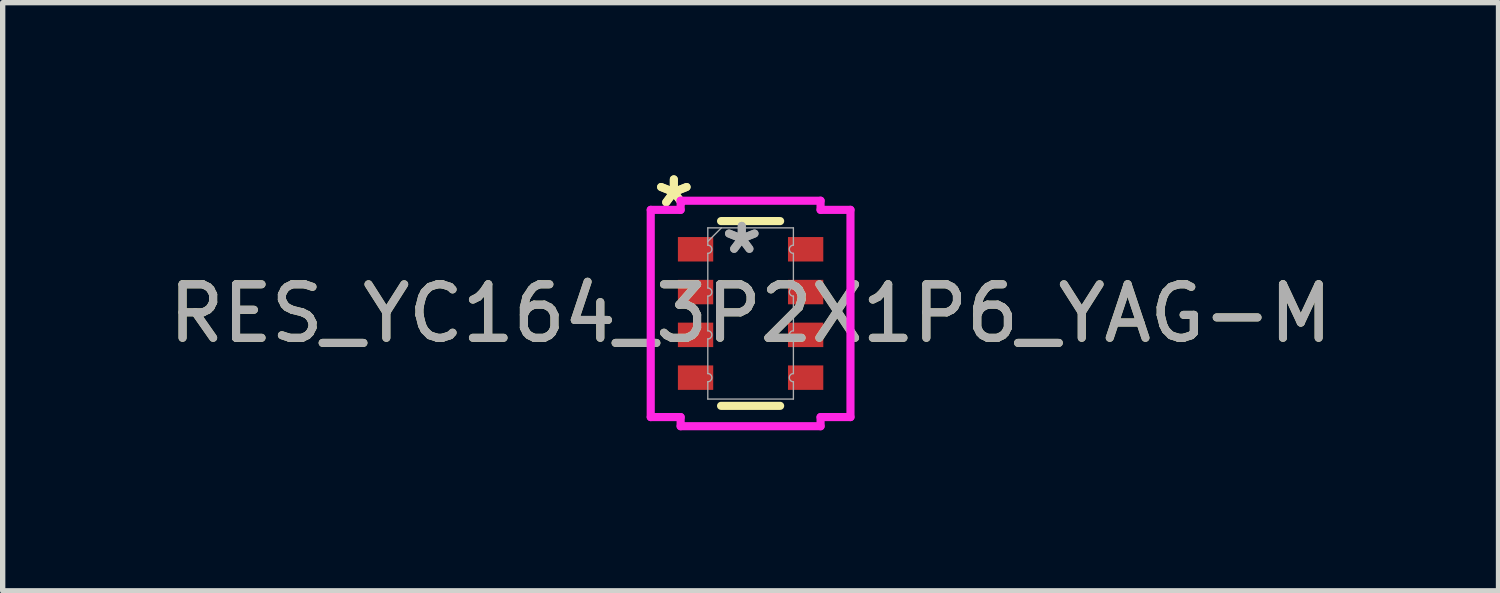
<source format=kicad_pcb>
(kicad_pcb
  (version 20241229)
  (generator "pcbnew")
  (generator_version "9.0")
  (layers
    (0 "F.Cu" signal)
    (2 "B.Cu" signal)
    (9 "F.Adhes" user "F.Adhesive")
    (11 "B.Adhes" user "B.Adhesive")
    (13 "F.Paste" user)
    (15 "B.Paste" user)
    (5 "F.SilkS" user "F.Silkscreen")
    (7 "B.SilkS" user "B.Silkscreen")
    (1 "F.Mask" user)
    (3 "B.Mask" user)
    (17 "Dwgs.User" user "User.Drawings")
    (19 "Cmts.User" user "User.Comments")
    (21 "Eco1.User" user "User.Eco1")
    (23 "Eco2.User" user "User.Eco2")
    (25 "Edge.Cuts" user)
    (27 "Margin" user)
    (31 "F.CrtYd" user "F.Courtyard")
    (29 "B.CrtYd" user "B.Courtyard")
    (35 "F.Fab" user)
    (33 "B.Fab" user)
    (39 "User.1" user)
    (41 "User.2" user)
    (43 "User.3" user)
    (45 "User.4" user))
  (footprint "RES_YC164_3P2X1P6_YAG-M"
    (layer "F.Cu")
    (at 10.982 2.81)
    (property "Reference" "RES_YC164_3P2X1P6_YAG-M" (at 0 0 0) (unlocked yes) (layer "F.SilkS") (effects (font (size 1 1) (thickness 0.15))))
    (attr smd)
    (fp_line (start -0.552 -1.727) (end 0.552 -1.727) (stroke (width 0.152) (type solid)) (layer "F.SilkS"))
    (fp_line (start -0.552 1.727) (end 0.552 1.727) (stroke (width 0.152) (type solid)) (layer "F.SilkS"))
    (fp_line (start -1.867 -1.937) (end -1.308 -1.937) (stroke (width 0.152) (type solid)) (layer "F.CrtYd"))
    (fp_line (start -1.867 1.937) (end -1.867 -1.937) (stroke (width 0.152) (type solid)) (layer "F.CrtYd"))
    (fp_line (start -1.867 1.937) (end -1.308 1.937) (stroke (width 0.152) (type solid)) (layer "F.CrtYd"))
    (fp_line (start -1.308 -2.108) (end 1.308 -2.108) (stroke (width 0.152) (type solid)) (layer "F.CrtYd"))
    (fp_line (start -1.308 -1.937) (end -1.308 -2.108) (stroke (width 0.152) (type solid)) (layer "F.CrtYd"))
    (fp_line (start -1.308 2.108) (end -1.308 1.937) (stroke (width 0.152) (type solid)) (layer "F.CrtYd"))
    (fp_line (start 1.308 -2.108) (end 1.308 -1.937) (stroke (width 0.152) (type solid)) (layer "F.CrtYd"))
    (fp_line (start 1.308 1.937) (end 1.308 2.108) (stroke (width 0.152) (type solid)) (layer "F.CrtYd"))
    (fp_line (start 1.308 2.108) (end -1.308 2.108) (stroke (width 0.152) (type solid)) (layer "F.CrtYd"))
    (fp_line (start 1.867 -1.937) (end 1.308 -1.937) (stroke (width 0.152) (type solid)) (layer "F.CrtYd"))
    (fp_line (start 1.867 -1.937) (end 1.867 1.937) (stroke (width 0.152) (type solid)) (layer "F.CrtYd"))
    (fp_line (start 1.867 1.937) (end 1.308 1.937) (stroke (width 0.152) (type solid)) (layer "F.CrtYd"))
    (fp_line (start -0.8 -1.6) (end 0.8 -1.6) (stroke (width 0.025) (type solid)) (layer "F.Fab"))
    (fp_line (start -0.8 -1.276) (end -0.8 -1.6) (stroke (width 0.025) (type solid)) (layer "F.Fab"))
    (fp_line (start -0.8 -1.124) (end -0.8 -0.476) (stroke (width 0.025) (type solid)) (layer "F.Fab"))
    (fp_line (start -0.8 -0.324) (end -0.8 0.324) (stroke (width 0.025) (type solid)) (layer "F.Fab"))
    (fp_line (start -0.8 0.476) (end -0.8 1.124) (stroke (width 0.025) (type solid)) (layer "F.Fab"))
    (fp_line (start -0.8 1.276) (end -0.8 1.6) (stroke (width 0.025) (type solid)) (layer "F.Fab"))
    (fp_line (start -0.8 1.6) (end 0.8 1.6) (stroke (width 0.025) (type solid)) (layer "F.Fab"))
    (fp_line (start -0.546 -1.6) (end -0.8 -1.346) (stroke (width 0.025) (type solid)) (layer "F.Fab"))
    (fp_line (start 0.8 -1.276) (end 0.8 -1.6) (stroke (width 0.025) (type solid)) (layer "F.Fab"))
    (fp_line (start 0.8 -1.124) (end 0.8 -0.476) (stroke (width 0.025) (type solid)) (layer "F.Fab"))
    (fp_line (start 0.8 -0.324) (end 0.8 0.324) (stroke (width 0.025) (type solid)) (layer "F.Fab"))
    (fp_line (start 0.8 0.476) (end 0.8 1.124) (stroke (width 0.025) (type solid)) (layer "F.Fab"))
    (fp_line (start 0.8 1.276) (end 0.8 1.6) (stroke (width 0.025) (type solid)) (layer "F.Fab"))
    (fp_arc (start -0.8001 -1.2762) (mid -0.7239 -1.2) (end -0.8001 -1.1238) (stroke (width 0.0254) (type solid)) (layer "F.Fab"))
    (fp_arc (start -0.8001 -0.476199) (mid -0.7239 -0.399999) (end -0.8001 -0.323799) (stroke (width 0.0254) (type solid)) (layer "F.Fab"))
    (fp_arc (start -0.8001 0.323799) (mid -0.7239 0.399999) (end -0.8001 0.476199) (stroke (width 0.0254) (type solid)) (layer "F.Fab"))
    (fp_arc (start -0.8001 1.1238) (mid -0.7239 1.2) (end -0.8001 1.2762) (stroke (width 0.0254) (type solid)) (layer "F.Fab"))
    (fp_arc (start 0.8001 -1.1238) (mid 0.7239 -1.2) (end 0.8001 -1.2762) (stroke (width 0.0254) (type solid)) (layer "F.Fab"))
    (fp_arc (start 0.8001 -0.323799) (mid 0.7239 -0.399999) (end 0.8001 -0.476199) (stroke (width 0.0254) (type solid)) (layer "F.Fab"))
    (fp_arc (start 0.8001 0.476199) (mid 0.7239 0.399999) (end 0.8001 0.323799) (stroke (width 0.0254) (type solid)) (layer "F.Fab"))
    (fp_arc (start 0.8001 1.2762) (mid 0.7239 1.2) (end 0.8001 1.1238) (stroke (width 0.0254) (type solid)) (layer "F.Fab"))
    (fp_text user "*" (at -1.435 -1.962 0) (unlocked yes) (layer "F.SilkS") (effects (font (size 1 1) (thickness 0.15))))
    (fp_text user "*" (at -1.435 -1.962 0) (layer "F.SilkS") (effects (font (size 1 1) (thickness 0.15))))
    (fp_text user "*" (at -0.165 -1.092 0) (layer "F.Fab") (effects (font (size 1 1) (thickness 0.15))))
    (fp_text user "*" (at -0.165 -1.092 0) (unlocked yes) (layer "F.Fab") (effects (font (size 1 1) (thickness 0.15))))
    (fp_text user "${REFERENCE}" (at 0 0 0) (unlocked yes) (layer "F.Fab") (effects (font (size 1 1) (thickness 0.15))))
    (pad "1" smd rect (at -1.029 -1.2) (size 0.66 0.457) (layers "F.Cu" "F.Mask" "F.Paste"))
    (pad "2" smd rect (at -1.029 -0.4) (size 0.66 0.457) (layers "F.Cu" "F.Mask" "F.Paste"))
    (pad "3" smd rect (at -1.029 0.4) (size 0.66 0.457) (layers "F.Cu" "F.Mask" "F.Paste"))
    (pad "4" smd rect (at -1.029 1.2) (size 0.66 0.457) (layers "F.Cu" "F.Mask" "F.Paste"))
    (pad "5" smd rect (at 1.029 1.2) (size 0.66 0.457) (layers "F.Cu" "F.Mask" "F.Paste"))
    (pad "6" smd rect (at 1.029 0.4) (size 0.66 0.457) (layers "F.Cu" "F.Mask" "F.Paste"))
    (pad "7" smd rect (at 1.029 -0.4) (size 0.66 0.457) (layers "F.Cu" "F.Mask" "F.Paste"))
    (pad "8" smd rect (at 1.029 -1.2) (size 0.66 0.457) (layers "F.Cu" "F.Mask" "F.Paste")))
  (gr_rect
    (start -3 -3)
    (end 24.964 7.995)
    (stroke (width 0.1) (type default))
    (fill no)
    (layer "Edge.Cuts")))
</source>
